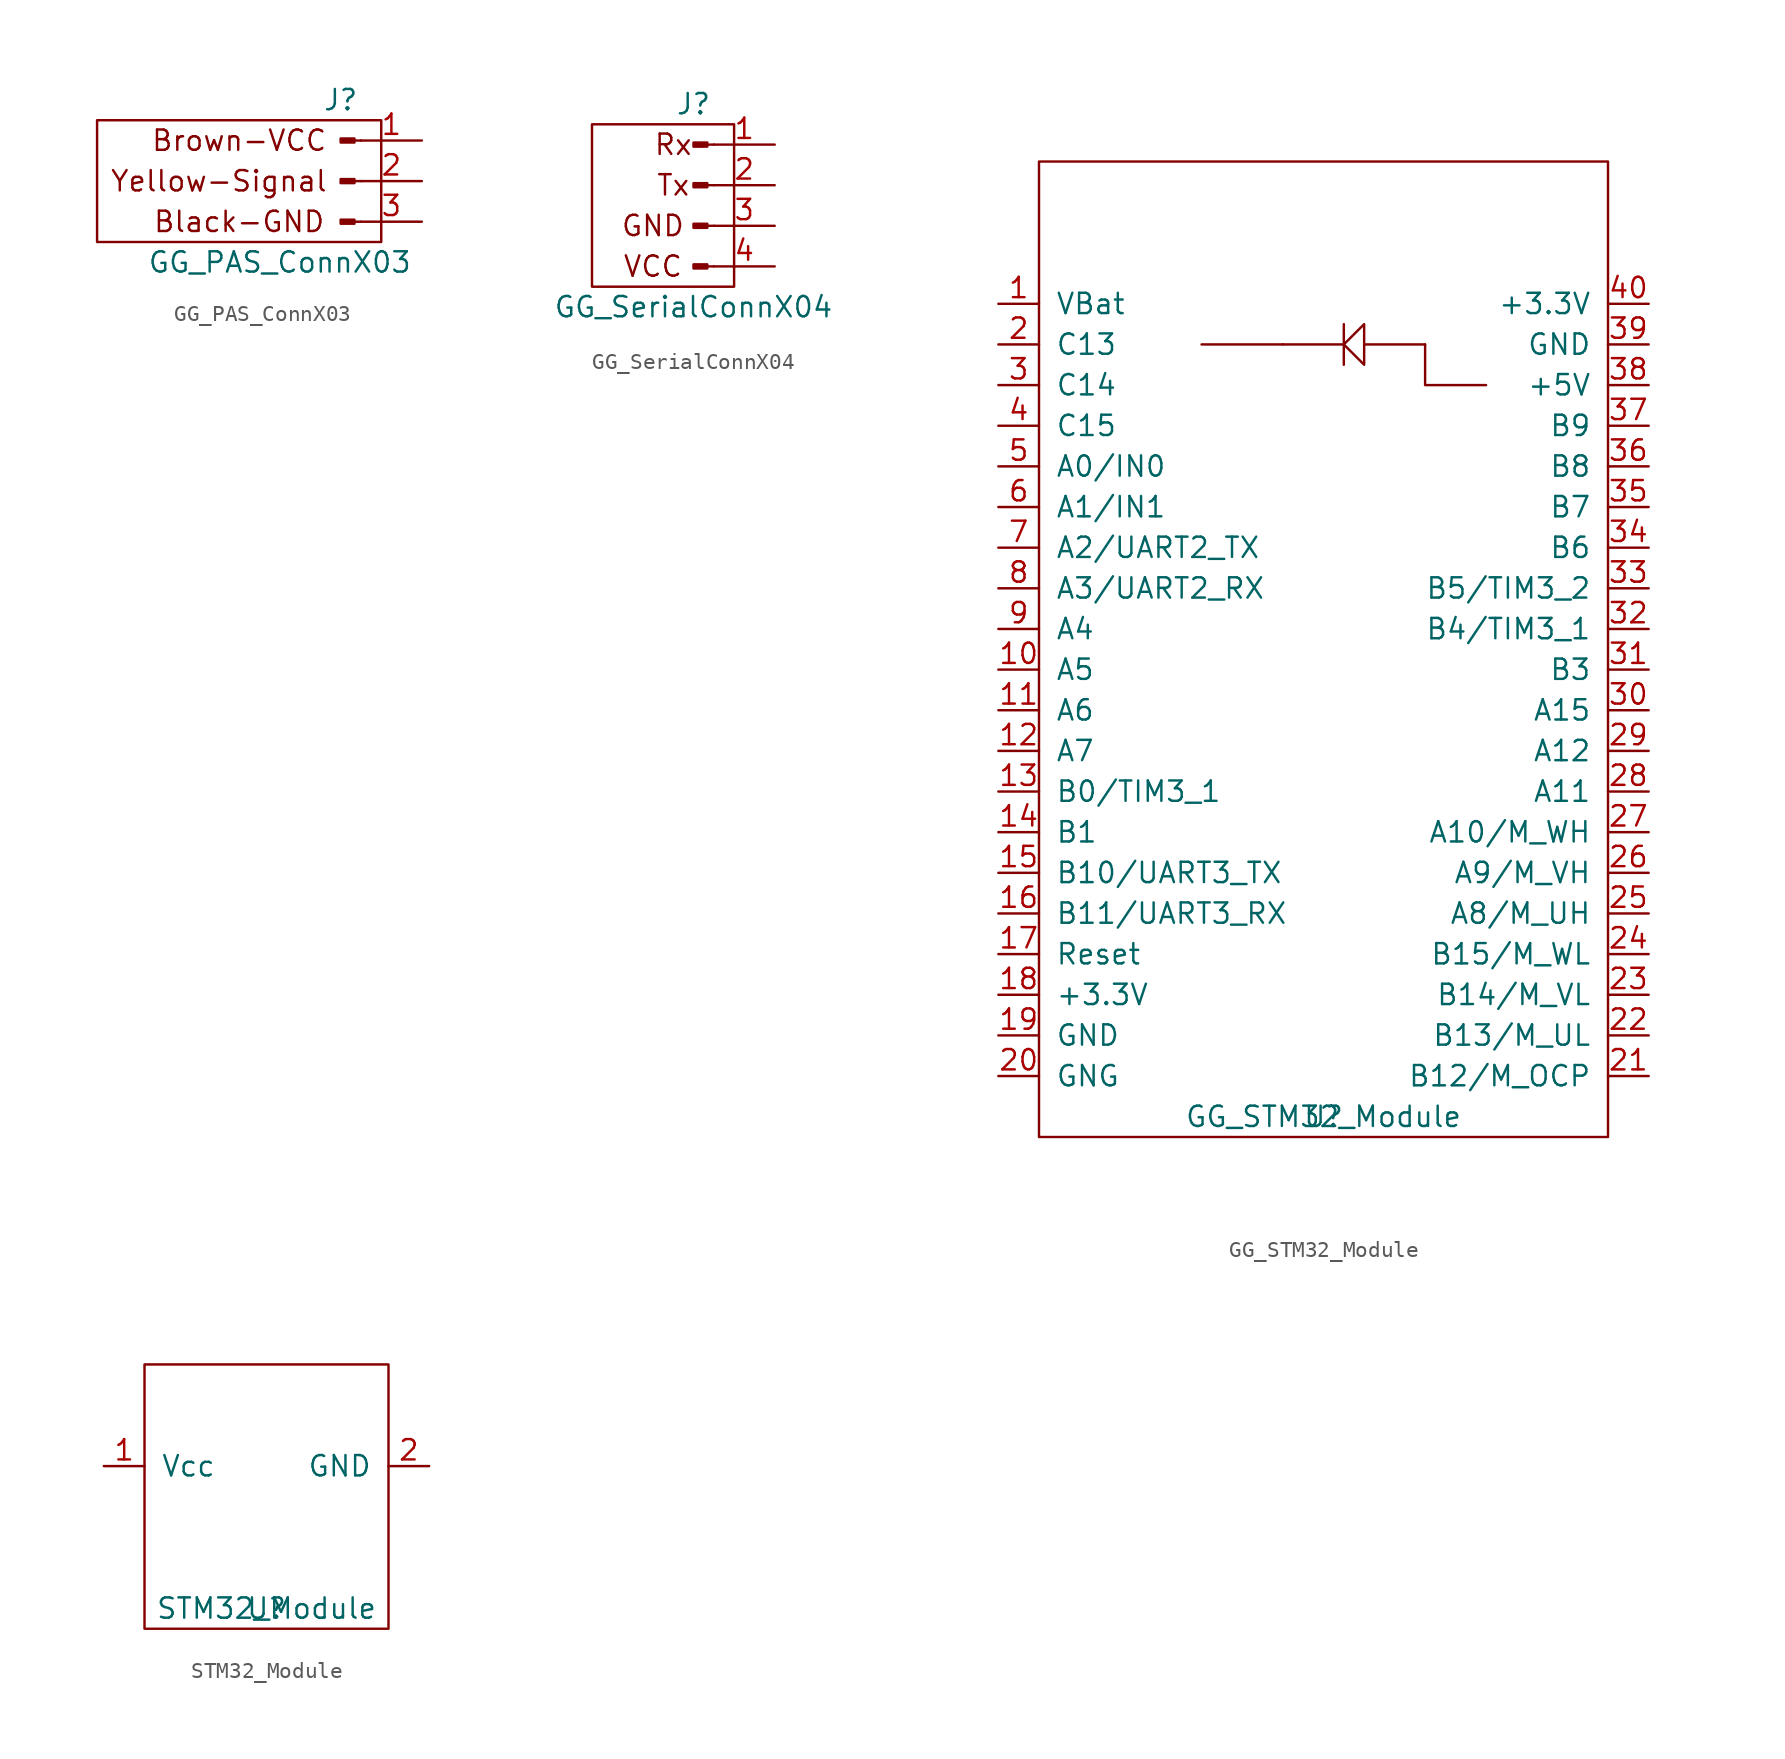
<source format=kicad_sym>
(kicad_symbol_lib
  (version 20211014)
  (generator kicad_symbol_editor)
  (symbol "GG_PAS_ConnX03"
    (pin_names
      (offset 1.016) hide)
    (property "Reference" "J"
      (at 0 5.08 0)
      (effects (font (size 1.27 1.27))))
    (property "Value" "GG_PAS_ConnX03"
      (at -3.81 -5.08 0)
      (effects (font (size 1.27 1.27))))
    (symbol "GG_PAS_ConnX03_0_0"
      (rectangle (start -15.24 3.81) (end 2.54 -3.81) (stroke (width 0) (type default) (color 0 0 0 0)) (fill (type none)))
      (text "Black-GND" (at -6.35 -2.54 0) (effects (font (size 1.27 1.27))))
      (text "Brown-VCC" (at -6.35 2.54 0) (effects (font (size 1.27 1.27))))
      (text "Yellow-Signal" (at -7.62 0 0) (effects (font (size 1.27 1.27)))))
    (symbol "GG_PAS_ConnX03_1_1"
      (polyline (pts (xy 1.27 -2.54) (xy 0.864 -2.54)) (stroke (width 0.152) (type default) (color 0 0 0 0)) (fill (type none)))
      (polyline (pts (xy 1.27 0) (xy 0.864 0)) (stroke (width 0.152) (type default) (color 0 0 0 0)) (fill (type none)))
      (polyline (pts (xy 1.27 2.54) (xy 0.864 2.54)) (stroke (width 0.152) (type default) (color 0 0 0 0)) (fill (type none)))
      (rectangle (start 0.864 -2.413) (end 0 -2.667) (stroke (width 0.152) (type default) (color 0 0 0 0)) (fill (type outline)))
      (rectangle (start 0.864 0.127) (end 0 -0.127) (stroke (width 0.152) (type default) (color 0 0 0 0)) (fill (type outline)))
      (rectangle (start 0.864 2.667) (end 0 2.413) (stroke (width 0.152) (type default) (color 0 0 0 0)) (fill (type outline)))
      (pin passive line (at 5.08 2.54 180) (length 3.81) (name "Pin_1" (effects (font (size 1.27 1.27)))) (number "1" (effects (font (size 1.27 1.27)))))
      (pin passive line (at 5.08 0 180) (length 3.81) (name "Pin_2" (effects (font (size 1.27 1.27)))) (number "2" (effects (font (size 1.27 1.27)))))
      (pin passive line (at 5.08 -2.54 180) (length 3.81) (name "Pin_3" (effects (font (size 1.27 1.27)))) (number "3" (effects (font (size 1.27 1.27)))))))
  (symbol "GG_SerialConnX04"
    (pin_names
      (offset 1.016) hide)
    (property "Reference" "J"
      (at 0 5.08 0)
      (effects (font (size 1.27 1.27))))
    (property "Value" "GG_SerialConnX04"
      (at 0 -7.62 0)
      (effects (font (size 1.27 1.27))))
    (symbol "GG_SerialConnX04_0_0"
      (rectangle (start -6.35 3.81) (end 2.54 -6.35) (stroke (width 0) (type default) (color 0 0 0 0)) (fill (type none)))
      (text "GND" (at -2.54 -2.54 0) (effects (font (size 1.27 1.27))))
      (text "Rx" (at -1.27 2.54 0) (effects (font (size 1.27 1.27))))
      (text "Tx" (at -1.27 0 0) (effects (font (size 1.27 1.27))))
      (text "VCC" (at -2.54 -5.08 0) (effects (font (size 1.27 1.27)))))
    (symbol "GG_SerialConnX04_1_1"
      (polyline (pts (xy 1.27 -5.08) (xy 0.864 -5.08)) (stroke (width 0.152) (type default) (color 0 0 0 0)) (fill (type none)))
      (polyline (pts (xy 1.27 -2.54) (xy 0.864 -2.54)) (stroke (width 0.152) (type default) (color 0 0 0 0)) (fill (type none)))
      (polyline (pts (xy 1.27 0) (xy 0.864 0)) (stroke (width 0.152) (type default) (color 0 0 0 0)) (fill (type none)))
      (polyline (pts (xy 1.27 2.54) (xy 0.864 2.54)) (stroke (width 0.152) (type default) (color 0 0 0 0)) (fill (type none)))
      (rectangle (start 0.864 -4.953) (end 0 -5.207) (stroke (width 0.152) (type default) (color 0 0 0 0)) (fill (type outline)))
      (rectangle (start 0.864 -2.413) (end 0 -2.667) (stroke (width 0.152) (type default) (color 0 0 0 0)) (fill (type outline)))
      (rectangle (start 0.864 0.127) (end 0 -0.127) (stroke (width 0.152) (type default) (color 0 0 0 0)) (fill (type outline)))
      (rectangle (start 0.864 2.667) (end 0 2.413) (stroke (width 0.152) (type default) (color 0 0 0 0)) (fill (type outline)))
      (pin passive line (at 5.08 2.54 180) (length 3.81) (name "Pin_1" (effects (font (size 1.27 1.27)))) (number "1" (effects (font (size 1.27 1.27)))))
      (pin passive line (at 5.08 0 180) (length 3.81) (name "Pin_2" (effects (font (size 1.27 1.27)))) (number "2" (effects (font (size 1.27 1.27)))))
      (pin passive line (at 5.08 -2.54 180) (length 3.81) (name "Pin_3" (effects (font (size 1.27 1.27)))) (number "3" (effects (font (size 1.27 1.27)))))
      (pin passive line (at 5.08 -5.08 180) (length 3.81) (name "Pin_4" (effects (font (size 1.27 1.27)))) (number "4" (effects (font (size 1.27 1.27)))))))
  (symbol "GG_STM32_Module"
    (pin_names
      (offset 1.016))
    (property "Reference" "U"
      (at 0 -6.35 0)
      (effects (font (size 1.27 1.27))))
    (property "Value" "GG_STM32_Module"
      (at 0 -6.35 0)
      (effects (font (size 1.27 1.27))))
    (symbol "GG_STM32_Module_0_1"
      (rectangle (start -17.78 53.34) (end 17.78 -7.62) (stroke (width 0) (type default) (color 0 0 0 0)) (fill (type none)))
      (polyline (pts (xy -2.54 41.91) (xy -7.62 41.91)) (stroke (width 0.152) (type default) (color 0 0 0 0)) (fill (type none)))
      (polyline (pts (xy 1.27 41.91) (xy -2.54 41.91)) (stroke (width 0.152) (type default) (color 0 0 0 0)) (fill (type none)))
      (polyline (pts (xy 1.27 43.18) (xy 1.27 40.64)) (stroke (width 0.152) (type default) (color 0 0 0 0)) (fill (type none)))
      (polyline (pts (xy 2.54 41.91) (xy 6.35 41.91)) (stroke (width 0.152) (type default) (color 0 0 0 0)) (fill (type none)))
      (polyline (pts (xy 6.35 41.91) (xy 6.35 39.37) (xy 10.16 39.37)) (stroke (width 0.152) (type default) (color 0 0 0 0)) (fill (type none)))
      (polyline (pts (xy 1.27 41.91) (xy 2.54 43.18) (xy 2.54 40.64) (xy 1.27 41.91)) (stroke (width 0.152) (type default) (color 0 0 0 0)) (fill (type none))))
    (symbol "GG_STM32_Module_1_1"
      (pin power_in line (at -20.32 44.45 0) (length 2.54) (name "VBat" (effects (font (size 1.27 1.27)))) (number "1" (effects (font (size 1.27 1.27)))))
      (pin input line (at -20.32 21.59 0) (length 2.54) (name "A5" (effects (font (size 1.27 1.27)))) (number "10" (effects (font (size 1.27 1.27)))))
      (pin input line (at -20.32 19.05 0) (length 2.54) (name "A6" (effects (font (size 1.27 1.27)))) (number "11" (effects (font (size 1.27 1.27)))))
      (pin input line (at -20.32 16.51 0) (length 2.54) (name "A7" (effects (font (size 1.27 1.27)))) (number "12" (effects (font (size 1.27 1.27)))))
      (pin input line (at -20.32 13.97 0) (length 2.54) (name "B0/TIM3_1" (effects (font (size 1.27 1.27)))) (number "13" (effects (font (size 1.27 1.27)))))
      (pin input line (at -20.32 11.43 0) (length 2.54) (name "B1" (effects (font (size 1.27 1.27)))) (number "14" (effects (font (size 1.27 1.27)))))
      (pin input line (at -20.32 8.89 0) (length 2.54) (name "B10/UART3_TX" (effects (font (size 1.27 1.27)))) (number "15" (effects (font (size 1.27 1.27)))))
      (pin input line (at -20.32 6.35 0) (length 2.54) (name "B11/UART3_RX" (effects (font (size 1.27 1.27)))) (number "16" (effects (font (size 1.27 1.27)))))
      (pin input line (at -20.32 3.81 0) (length 2.54) (name "Reset" (effects (font (size 1.27 1.27)))) (number "17" (effects (font (size 1.27 1.27)))))
      (pin power_in line (at -20.32 1.27 0) (length 2.54) (name "+3.3V" (effects (font (size 1.27 1.27)))) (number "18" (effects (font (size 1.27 1.27)))))
      (pin power_in line (at -20.32 -1.27 0) (length 2.54) (name "GND" (effects (font (size 1.27 1.27)))) (number "19" (effects (font (size 1.27 1.27)))))
      (pin input line (at -20.32 41.91 0) (length 2.54) (name "C13" (effects (font (size 1.27 1.27)))) (number "2" (effects (font (size 1.27 1.27)))))
      (pin power_in line (at -20.32 -3.81 0) (length 2.54) (name "GNG" (effects (font (size 1.27 1.27)))) (number "20" (effects (font (size 1.27 1.27)))))
      (pin input line (at 20.32 -3.81 180) (length 2.54) (name "B12/M_OCP" (effects (font (size 1.27 1.27)))) (number "21" (effects (font (size 1.27 1.27)))))
      (pin input line (at 20.32 -1.27 180) (length 2.54) (name "B13/M_UL" (effects (font (size 1.27 1.27)))) (number "22" (effects (font (size 1.27 1.27)))))
      (pin input line (at 20.32 1.27 180) (length 2.54) (name "B14/M_VL" (effects (font (size 1.27 1.27)))) (number "23" (effects (font (size 1.27 1.27)))))
      (pin input line (at 20.32 3.81 180) (length 2.54) (name "B15/M_WL" (effects (font (size 1.27 1.27)))) (number "24" (effects (font (size 1.27 1.27)))))
      (pin input line (at 20.32 6.35 180) (length 2.54) (name "A8/M_UH" (effects (font (size 1.27 1.27)))) (number "25" (effects (font (size 1.27 1.27)))))
      (pin input line (at 20.32 8.89 180) (length 2.54) (name "A9/M_VH" (effects (font (size 1.27 1.27)))) (number "26" (effects (font (size 1.27 1.27)))))
      (pin input line (at 20.32 11.43 180) (length 2.54) (name "A10/M_WH" (effects (font (size 1.27 1.27)))) (number "27" (effects (font (size 1.27 1.27)))))
      (pin input line (at 20.32 13.97 180) (length 2.54) (name "A11" (effects (font (size 1.27 1.27)))) (number "28" (effects (font (size 1.27 1.27)))))
      (pin input line (at 20.32 16.51 180) (length 2.54) (name "A12" (effects (font (size 1.27 1.27)))) (number "29" (effects (font (size 1.27 1.27)))))
      (pin input line (at -20.32 39.37 0) (length 2.54) (name "C14" (effects (font (size 1.27 1.27)))) (number "3" (effects (font (size 1.27 1.27)))))
      (pin input line (at 20.32 19.05 180) (length 2.54) (name "A15" (effects (font (size 1.27 1.27)))) (number "30" (effects (font (size 1.27 1.27)))))
      (pin input line (at 20.32 21.59 180) (length 2.54) (name "B3" (effects (font (size 1.27 1.27)))) (number "31" (effects (font (size 1.27 1.27)))))
      (pin input line (at 20.32 24.13 180) (length 2.54) (name "B4/TIM3_1" (effects (font (size 1.27 1.27)))) (number "32" (effects (font (size 1.27 1.27)))))
      (pin input line (at 20.32 26.67 180) (length 2.54) (name "B5/TIM3_2" (effects (font (size 1.27 1.27)))) (number "33" (effects (font (size 1.27 1.27)))))
      (pin input line (at 20.32 29.21 180) (length 2.54) (name "B6" (effects (font (size 1.27 1.27)))) (number "34" (effects (font (size 1.27 1.27)))))
      (pin input line (at 20.32 31.75 180) (length 2.54) (name "B7" (effects (font (size 1.27 1.27)))) (number "35" (effects (font (size 1.27 1.27)))))
      (pin input line (at 20.32 34.29 180) (length 2.54) (name "B8" (effects (font (size 1.27 1.27)))) (number "36" (effects (font (size 1.27 1.27)))))
      (pin input line (at 20.32 36.83 180) (length 2.54) (name "B9" (effects (font (size 1.27 1.27)))) (number "37" (effects (font (size 1.27 1.27)))))
      (pin power_in line (at 20.32 39.37 180) (length 2.54) (name "+5V" (effects (font (size 1.27 1.27)))) (number "38" (effects (font (size 1.27 1.27)))))
      (pin power_in line (at 20.32 41.91 180) (length 2.54) (name "GND" (effects (font (size 1.27 1.27)))) (number "39" (effects (font (size 1.27 1.27)))))
      (pin input line (at -20.32 36.83 0) (length 2.54) (name "C15" (effects (font (size 1.27 1.27)))) (number "4" (effects (font (size 1.27 1.27)))))
      (pin power_in line (at 20.32 44.45 180) (length 2.54) (name "+3.3V" (effects (font (size 1.27 1.27)))) (number "40" (effects (font (size 1.27 1.27)))))
      (pin input line (at -20.32 34.29 0) (length 2.54) (name "A0/IN0" (effects (font (size 1.27 1.27)))) (number "5" (effects (font (size 1.27 1.27)))))
      (pin input line (at -20.32 31.75 0) (length 2.54) (name "A1/IN1" (effects (font (size 1.27 1.27)))) (number "6" (effects (font (size 1.27 1.27)))))
      (pin input line (at -20.32 29.21 0) (length 2.54) (name "A2/UART2_TX" (effects (font (size 1.27 1.27)))) (number "7" (effects (font (size 1.27 1.27)))))
      (pin input line (at -20.32 26.67 0) (length 2.54) (name "A3/UART2_RX" (effects (font (size 1.27 1.27)))) (number "8" (effects (font (size 1.27 1.27)))))
      (pin input line (at -20.32 24.13 0) (length 2.54) (name "A4" (effects (font (size 1.27 1.27)))) (number "9" (effects (font (size 1.27 1.27)))))))
  (symbol "STM32_Module"
    (pin_names
      (offset 1.016))
    (property "Reference" "U"
      (at 21.59 1.27 0)
      (effects (font (size 1.27 1.27))))
    (property "Value" "STM32_Module"
      (at 21.59 1.27 0)
      (effects (font (size 1.27 1.27))))
    (symbol "STM32_Module_0_1"
      (rectangle (start 13.97 16.51) (end 29.21 0) (stroke (width 0) (type default) (color 0 0 0 0)) (fill (type none))))
    (symbol "STM32_Module_1_1"
      (pin input line (at 11.43 10.16 0) (length 2.54) (name "Vcc" (effects (font (size 1.27 1.27)))) (number "1" (effects (font (size 1.27 1.27)))))
      (pin input line (at 31.75 10.16 180) (length 2.54) (name "GND" (effects (font (size 1.27 1.27)))) (number "2" (effects (font (size 1.27 1.27))))))))
</source>
